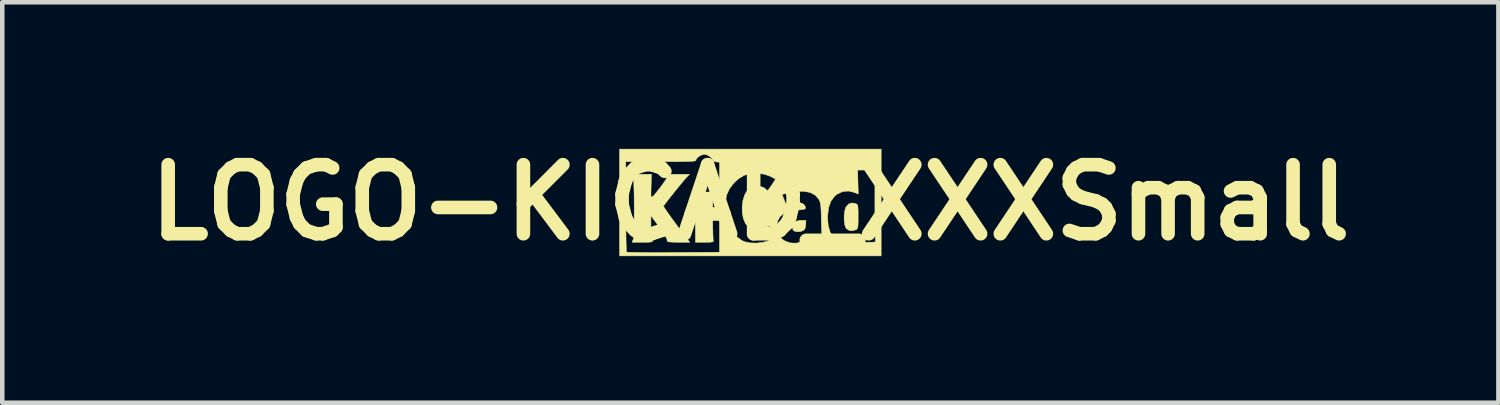
<source format=kicad_pcb>
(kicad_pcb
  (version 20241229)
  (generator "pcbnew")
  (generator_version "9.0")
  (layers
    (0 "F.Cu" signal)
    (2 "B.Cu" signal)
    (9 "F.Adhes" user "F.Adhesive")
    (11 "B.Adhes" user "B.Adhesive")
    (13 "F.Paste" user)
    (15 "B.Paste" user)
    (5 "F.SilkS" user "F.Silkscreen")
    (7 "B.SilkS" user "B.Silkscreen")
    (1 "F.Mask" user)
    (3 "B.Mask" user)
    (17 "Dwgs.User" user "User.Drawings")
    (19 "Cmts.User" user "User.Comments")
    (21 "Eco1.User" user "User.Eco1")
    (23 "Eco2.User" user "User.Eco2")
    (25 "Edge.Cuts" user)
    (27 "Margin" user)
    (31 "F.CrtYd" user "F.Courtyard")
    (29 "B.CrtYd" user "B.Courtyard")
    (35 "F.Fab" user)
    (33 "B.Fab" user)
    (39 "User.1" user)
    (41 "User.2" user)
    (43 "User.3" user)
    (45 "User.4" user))
  (footprint "LOGO-KICAD_XXXSmall"
    (layer "F.Cu")
    (at 13.506 1.418)
    (property "Reference" "LOGO-KICAD_XXXSmall" (at 0 0 0) (layer "F.SilkS") (effects (font (size 1.524 1.524) (thickness 0.3))))
    (attr through_hole)
    (fp_poly (pts (xy 1.224 0.481) (xy 1.21 0.565) (xy 1.182 0.608) (xy 1.127 0.635) (xy 1.056 0.646) (xy 0.988 0.638) (xy 0.951 0.619) (xy 0.93 0.576) (xy 0.924 0.528) (xy 0.944 0.461) (xy 1.002 0.415) (xy 1.094 0.394) (xy 1.125 0.393) (xy 1.224 0.393) (xy 1.224 0.481)) (stroke (width 0.01) (type solid)) (fill yes) (layer "F.SilkS"))
    (fp_poly (pts (xy -1.022 -0.231) (xy -0.831 -0.231) (xy -0.831 0.287) (xy -0.831 0.438) (xy -0.829 0.576) (xy -0.826 0.692) (xy -0.823 0.779) (xy -0.819 0.831) (xy -0.817 0.841) (xy -0.816 0.858) (xy -0.834 0.869) (xy -0.88 0.875) (xy -0.96 0.877) (xy -1.008 0.877) (xy -1.212 0.877) (xy -1.212 -0.231) (xy -1.022 -0.231)) (stroke (width 0.01) (type solid)) (fill yes) (layer "F.SilkS"))
    (fp_poly (pts (xy 2.319 0.022) (xy 2.344 0.034) (xy 2.361 0.05) (xy 2.371 0.079) (xy 2.376 0.131) (xy 2.378 0.213) (xy 2.378 0.31) (xy 2.378 0.426) (xy 2.375 0.504) (xy 2.368 0.552) (xy 2.356 0.581) (xy 2.339 0.597) (xy 2.334 0.6) (xy 2.25 0.624) (xy 2.172 0.613) (xy 2.112 0.568) (xy 2.108 0.562) (xy 2.083 0.495) (xy 2.07 0.399) (xy 2.069 0.292) (xy 2.081 0.19) (xy 2.104 0.109) (xy 2.108 0.101) (xy 2.165 0.035) (xy 2.241 0.009) (xy 2.319 0.022)) (stroke (width 0.01) (type solid)) (fill yes) (layer "F.SilkS"))
    (fp_poly (pts (xy -2.19 -0.352) (xy -2.193 -0.238) (xy -2.193 -0.161) (xy -2.185 -0.123) (xy -2.165 -0.121) (xy -2.128 -0.156) (xy -2.07 -0.227) (xy -1.989 -0.33) (xy -1.927 -0.414) (xy -1.875 -0.49) (xy -1.842 -0.547) (xy -1.833 -0.567) (xy -1.825 -0.592) (xy -1.81 -0.609) (xy -1.779 -0.618) (xy -1.723 -0.622) (xy -1.634 -0.623) (xy -1.58 -0.623) (xy -1.341 -0.623) (xy -1.393 -0.572) (xy -1.428 -0.532) (xy -1.482 -0.469) (xy -1.55 -0.388) (xy -1.624 -0.296) (xy -1.701 -0.2) (xy -1.774 -0.109) (xy -1.837 -0.028) (xy -1.885 0.036) (xy -1.912 0.075) (xy -1.917 0.083) (xy -1.904 0.106) (xy -1.868 0.159) (xy -1.815 0.235) (xy -1.75 0.327) (xy -1.677 0.428) (xy -1.602 0.53) (xy -1.531 0.628) (xy -1.467 0.713) (xy -1.416 0.778) (xy -1.415 0.779) (xy -1.336 0.877) (xy -1.593 0.877) (xy -1.719 0.875) (xy -1.799 0.869) (xy -1.834 0.859) (xy -1.835 0.854) (xy -1.838 0.817) (xy -1.871 0.747) (xy -1.933 0.648) (xy -2.022 0.521) (xy -2.065 0.464) (xy -2.194 0.292) (xy -2.194 0.557) (xy -2.191 0.697) (xy -2.183 0.793) (xy -2.17 0.844) (xy -2.166 0.85) (xy -2.163 0.863) (xy -2.188 0.871) (xy -2.247 0.876) (xy -2.346 0.877) (xy -2.373 0.877) (xy -2.608 0.877) (xy -2.586 0.818) (xy -2.579 0.777) (xy -2.573 0.698) (xy -2.569 0.589) (xy -2.566 0.456) (xy -2.564 0.307) (xy -2.563 0.15) (xy -2.564 -0.009) (xy -2.565 -0.162) (xy -2.568 -0.301) (xy -2.572 -0.42) (xy -2.577 -0.511) (xy -2.583 -0.567) (xy -2.587 -0.579) (xy -2.596 -0.6) (xy -2.589 -0.613) (xy -2.56 -0.62) (xy -2.5 -0.623) (xy -2.403 -0.623) (xy -2.396 -0.623) (xy -2.182 -0.624) (xy -2.19 -0.352)) (stroke (width 0.01) (type solid)) (fill yes) (layer "F.SilkS"))
    (fp_poly (pts (xy 2.886 1.178) (xy -2.886 1.178) (xy -2.886 -0.901) (xy -2.748 -0.901) (xy -2.748 0.089) (xy -2.747 0.298) (xy -2.746 0.493) (xy -2.745 0.669) (xy -2.743 0.82) (xy -2.74 0.943) (xy -2.737 1.033) (xy -2.734 1.083) (xy -2.732 1.093) (xy -2.707 1.096) (xy -2.639 1.099) (xy -2.536 1.101) (xy -2.4 1.103) (xy -2.237 1.104) (xy -2.052 1.104) (xy -1.849 1.104) (xy -1.699 1.103) (xy -0.681 1.097) (xy -0.681 0.122) (xy -0.555 0.122) (xy -0.544 0.278) (xy -0.516 0.421) (xy -0.477 0.526) (xy -0.395 0.653) (xy -0.294 0.761) (xy -0.184 0.84) (xy -0.132 0.864) (xy -0.009 0.891) (xy 0.134 0.896) (xy 0.281 0.879) (xy 0.413 0.842) (xy 0.458 0.823) (xy 0.58 0.76) (xy 0.518 0.651) (xy 0.48 0.587) (xy 0.45 0.54) (xy 0.439 0.524) (xy 0.412 0.524) (xy 0.357 0.543) (xy 0.305 0.568) (xy 0.191 0.611) (xy 0.09 0.611) (xy -0.006 0.569) (xy -0.045 0.54) (xy -0.084 0.492) (xy 0.583 0.492) (xy 0.59 0.617) (xy 0.635 0.729) (xy 0.713 0.817) (xy 0.769 0.853) (xy 0.888 0.892) (xy 1.01 0.897) (xy 1.119 0.87) (xy 1.149 0.855) (xy 1.198 0.828) (xy 1.22 0.827) (xy 1.224 0.843) (xy 1.232 0.86) (xy 1.263 0.871) (xy 1.325 0.876) (xy 1.423 0.877) (xy 1.52 0.876) (xy 1.578 0.871) (xy 1.601 0.862) (xy 1.598 0.849) (xy 1.589 0.816) (xy 1.581 0.744) (xy 1.574 0.64) (xy 1.569 0.511) (xy 1.566 0.416) (xy 1.565 0.347) (xy 1.704 0.347) (xy 1.719 0.517) (xy 1.763 0.661) (xy 1.836 0.774) (xy 1.928 0.848) (xy 2.049 0.891) (xy 2.18 0.896) (xy 2.303 0.863) (xy 2.316 0.857) (xy 2.371 0.832) (xy 2.397 0.831) (xy 2.401 0.845) (xy 2.412 0.862) (xy 2.45 0.872) (xy 2.521 0.877) (xy 2.589 0.877) (xy 2.681 0.876) (xy 2.736 0.872) (xy 2.761 0.862) (xy 2.763 0.846) (xy 2.762 0.841) (xy 2.758 0.81) (xy 2.755 0.738) (xy 2.753 0.632) (xy 2.75 0.496) (xy 2.749 0.338) (xy 2.748 0.162) (xy 2.748 0.044) (xy 2.748 -0.716) (xy 2.557 -0.716) (xy 2.367 -0.716) (xy 2.374 -0.451) (xy 2.381 -0.186) (xy 2.3 -0.22) (xy 2.166 -0.253) (xy 2.037 -0.241) (xy 1.916 -0.185) (xy 1.854 -0.133) (xy 1.777 -0.028) (xy 1.727 0.112) (xy 1.705 0.289) (xy 1.704 0.347) (xy 1.565 0.347) (xy 1.563 0.266) (xy 1.559 0.155) (xy 1.553 0.074) (xy 1.544 0.017) (xy 1.532 -0.026) (xy 1.516 -0.061) (xy 1.512 -0.068) (xy 1.431 -0.162) (xy 1.319 -0.221) (xy 1.176 -0.248) (xy 1.003 -0.24) (xy 0.885 -0.22) (xy 0.699 -0.179) (xy 0.747 -0.058) (xy 0.794 0.063) (xy 0.87 0.031) (xy 0.965 0.005) (xy 1.059 -0.001) (xy 1.138 0.016) (xy 1.188 0.051) (xy 1.216 0.099) (xy 1.218 0.13) (xy 1.188 0.149) (xy 1.121 0.16) (xy 1.042 0.166) (xy 0.876 0.189) (xy 0.749 0.235) (xy 0.658 0.307) (xy 0.603 0.405) (xy 0.583 0.492) (xy -0.084 0.492) (xy -0.112 0.458) (xy -0.156 0.349) (xy -0.179 0.222) (xy -0.181 0.089) (xy -0.164 -0.043) (xy -0.127 -0.163) (xy -0.072 -0.261) (xy 0.001 -0.328) (xy 0.016 -0.335) (xy 0.114 -0.362) (xy 0.215 -0.358) (xy 0.304 -0.325) (xy 0.331 -0.303) (xy 0.381 -0.257) (xy 0.47 -0.384) (xy 0.514 -0.449) (xy 0.543 -0.497) (xy 0.551 -0.518) (xy 0.551 -0.518) (xy 0.527 -0.532) (xy 0.476 -0.559) (xy 0.439 -0.578) (xy 0.307 -0.625) (xy 0.157 -0.644) (xy 0.006 -0.637) (xy -0.128 -0.603) (xy -0.134 -0.6) (xy -0.259 -0.526) (xy -0.372 -0.421) (xy -0.464 -0.297) (xy -0.522 -0.169) (xy -0.522 -0.168) (xy -0.548 -0.032) (xy -0.555 0.122) (xy -0.681 0.122) (xy -0.681 -0.889) (xy -0.756 -0.896) (xy -0.81 -0.91) (xy -0.831 -0.935) (xy -0.851 -0.976) (xy -0.9 -1.018) (xy -0.961 -1.051) (xy -1.016 -1.062) (xy -1.077 -1.048) (xy -1.138 -1.014) (xy -1.185 -0.971) (xy -1.201 -0.934) (xy -1.207 -0.924) (xy -1.227 -0.917) (xy -1.266 -0.911) (xy -1.329 -0.907) (xy -1.418 -0.904) (xy -1.54 -0.902) (xy -1.698 -0.901) (xy -1.896 -0.901) (xy -1.974 -0.901) (xy -2.748 -0.901) (xy -2.886 -0.901) (xy -2.886 -1.178) (xy 2.886 -1.178) (xy 2.886 1.178)) (stroke (width 0.01) (type solid)) (fill yes) (layer "F.SilkS")))
  (gr_rect
    (start -3 -3)
    (end 30.011 5.836)
    (stroke (width 0.1) (type default))
    (fill no)
    (layer "Edge.Cuts")))
</source>
